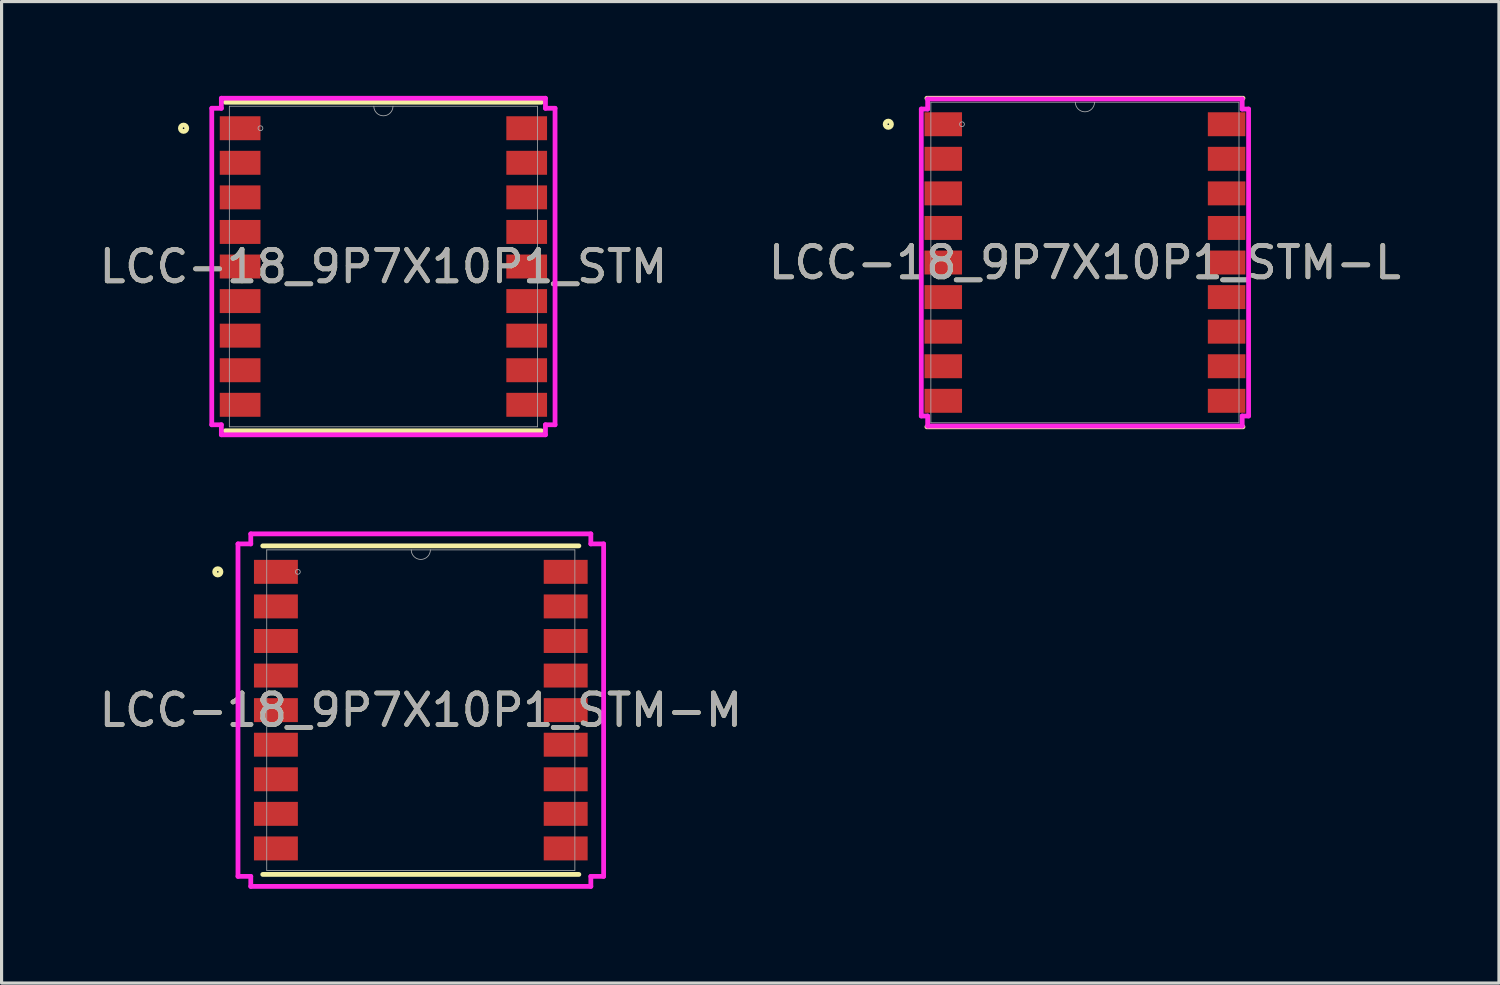
<source format=kicad_pcb>
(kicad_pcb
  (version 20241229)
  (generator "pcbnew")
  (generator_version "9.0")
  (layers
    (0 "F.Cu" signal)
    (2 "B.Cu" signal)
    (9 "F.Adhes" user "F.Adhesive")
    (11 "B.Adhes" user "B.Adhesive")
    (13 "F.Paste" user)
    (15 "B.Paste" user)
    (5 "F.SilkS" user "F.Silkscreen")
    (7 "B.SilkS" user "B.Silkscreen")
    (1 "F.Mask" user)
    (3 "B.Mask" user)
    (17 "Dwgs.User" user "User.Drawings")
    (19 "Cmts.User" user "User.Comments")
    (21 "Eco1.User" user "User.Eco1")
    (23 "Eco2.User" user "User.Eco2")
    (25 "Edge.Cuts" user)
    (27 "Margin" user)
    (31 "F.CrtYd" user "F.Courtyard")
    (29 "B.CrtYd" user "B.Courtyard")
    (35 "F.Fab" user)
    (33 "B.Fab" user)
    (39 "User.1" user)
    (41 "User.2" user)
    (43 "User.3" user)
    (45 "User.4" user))
  (footprint "LCC-18_9P7X10P1_STM-M"
    (layer "F.Cu")
    (at 10.339 19.545)
    (property "Reference" "LCC-18_9P7X10P1_STM-M" (at 0 0 0) (unlocked yes) (layer "F.SilkS") (effects (font (size 1 1) (thickness 0.15))))
    (attr smd)
    (fp_line (start -5.029 5.227) (end 5.029 5.227) (stroke (width 0.152) (type solid)) (layer "F.SilkS"))
    (fp_line (start 5.029 -5.227) (end -5.029 -5.227) (stroke (width 0.152) (type solid)) (layer "F.SilkS"))
    (fp_circle (center -6.459 -4.4) (end -6.358 -4.4) (stroke (width 0.152) (type solid)) (fill no) (layer "F.SilkS"))
    (fp_line (start -5.817 -5.289) (end -5.41 -5.289) (stroke (width 0.152) (type solid)) (layer "F.CrtYd"))
    (fp_line (start -5.817 5.289) (end -5.817 -5.289) (stroke (width 0.152) (type solid)) (layer "F.CrtYd"))
    (fp_line (start -5.817 5.289) (end -5.41 5.289) (stroke (width 0.152) (type solid)) (layer "F.CrtYd"))
    (fp_line (start -5.41 -5.608) (end 5.41 -5.608) (stroke (width 0.152) (type solid)) (layer "F.CrtYd"))
    (fp_line (start -5.41 -5.289) (end -5.41 -5.608) (stroke (width 0.152) (type solid)) (layer "F.CrtYd"))
    (fp_line (start -5.41 5.608) (end -5.41 5.289) (stroke (width 0.152) (type solid)) (layer "F.CrtYd"))
    (fp_line (start 5.41 -5.608) (end 5.41 -5.289) (stroke (width 0.152) (type solid)) (layer "F.CrtYd"))
    (fp_line (start 5.41 5.289) (end 5.41 5.608) (stroke (width 0.152) (type solid)) (layer "F.CrtYd"))
    (fp_line (start 5.41 5.608) (end -5.41 5.608) (stroke (width 0.152) (type solid)) (layer "F.CrtYd"))
    (fp_line (start 5.817 -5.289) (end 5.41 -5.289) (stroke (width 0.152) (type solid)) (layer "F.CrtYd"))
    (fp_line (start 5.817 -5.289) (end 5.817 5.289) (stroke (width 0.152) (type solid)) (layer "F.CrtYd"))
    (fp_line (start 5.817 5.289) (end 5.41 5.289) (stroke (width 0.152) (type solid)) (layer "F.CrtYd"))
    (fp_line (start -4.902 -5.1) (end -4.902 5.1) (stroke (width 0.025) (type solid)) (layer "F.Fab"))
    (fp_line (start -4.902 5.1) (end 4.902 5.1) (stroke (width 0.025) (type solid)) (layer "F.Fab"))
    (fp_line (start 4.902 -5.1) (end -4.902 -5.1) (stroke (width 0.025) (type solid)) (layer "F.Fab"))
    (fp_line (start 4.902 5.1) (end 4.902 -5.1) (stroke (width 0.025) (type solid)) (layer "F.Fab"))
    (fp_arc (start 0.3048 -5.1) (mid 0 -4.7952) (end -0.3048 -5.1) (stroke (width 0.0254) (type solid)) (layer "F.Fab"))
    (fp_circle (center -3.912 -4.4) (end -3.835 -4.4) (stroke (width 0.025) (type solid)) (fill no) (layer "F.Fab"))
    (fp_text user "${REFERENCE}" (at 0 0 0) (unlocked yes) (layer "F.Fab") (effects (font (size 1 1) (thickness 0.15))))
    (pad "1" smd rect (at -4.61 -4.4) (size 1.397 0.762) (layers "F.Cu" "F.Mask" "F.Paste"))
    (pad "2" smd rect (at -4.61 -3.3) (size 1.397 0.762) (layers "F.Cu" "F.Mask" "F.Paste"))
    (pad "3" smd rect (at -4.61 -2.2) (size 1.397 0.762) (layers "F.Cu" "F.Mask" "F.Paste"))
    (pad "4" smd rect (at -4.61 -1.1) (size 1.397 0.762) (layers "F.Cu" "F.Mask" "F.Paste"))
    (pad "5" smd rect (at -4.61 0) (size 1.397 0.762) (layers "F.Cu" "F.Mask" "F.Paste"))
    (pad "6" smd rect (at -4.61 1.1) (size 1.397 0.762) (layers "F.Cu" "F.Mask" "F.Paste"))
    (pad "7" smd rect (at -4.61 2.2) (size 1.397 0.762) (layers "F.Cu" "F.Mask" "F.Paste"))
    (pad "8" smd rect (at -4.61 3.3) (size 1.397 0.762) (layers "F.Cu" "F.Mask" "F.Paste"))
    (pad "9" smd rect (at -4.61 4.4) (size 1.397 0.762) (layers "F.Cu" "F.Mask" "F.Paste"))
    (pad "10" smd rect (at 4.61 4.4) (size 1.397 0.762) (layers "F.Cu" "F.Mask" "F.Paste"))
    (pad "11" smd rect (at 4.61 3.3) (size 1.397 0.762) (layers "F.Cu" "F.Mask" "F.Paste"))
    (pad "12" smd rect (at 4.61 2.2) (size 1.397 0.762) (layers "F.Cu" "F.Mask" "F.Paste"))
    (pad "13" smd rect (at 4.61 1.1) (size 1.397 0.762) (layers "F.Cu" "F.Mask" "F.Paste"))
    (pad "14" smd rect (at 4.61 0) (size 1.397 0.762) (layers "F.Cu" "F.Mask" "F.Paste"))
    (pad "15" smd rect (at 4.61 -1.1) (size 1.397 0.762) (layers "F.Cu" "F.Mask" "F.Paste"))
    (pad "16" smd rect (at 4.61 -2.2) (size 1.397 0.762) (layers "F.Cu" "F.Mask" "F.Paste"))
    (pad "17" smd rect (at 4.61 -3.3) (size 1.397 0.762) (layers "F.Cu" "F.Mask" "F.Paste"))
    (pad "18" smd rect (at 4.61 -4.4) (size 1.397 0.762) (layers "F.Cu" "F.Mask" "F.Paste")))
  (footprint "LCC-18_9P7X10P1_STM"
    (layer "F.Cu")
    (at 9.149 5.43)
    (property "Reference" "LCC-18_9P7X10P1_STM" (at 0 0 0) (unlocked yes) (layer "F.SilkS") (effects (font (size 1 1) (thickness 0.15))))
    (attr smd)
    (fp_line (start -5.029 5.227) (end 5.029 5.227) (stroke (width 0.152) (type solid)) (layer "F.SilkS"))
    (fp_line (start 5.029 -5.227) (end -5.029 -5.227) (stroke (width 0.152) (type solid)) (layer "F.SilkS"))
    (fp_circle (center -6.358 -4.4) (end -6.256 -4.4) (stroke (width 0.152) (type solid)) (fill no) (layer "F.SilkS"))
    (fp_line (start -5.461 -5.035) (end -5.156 -5.035) (stroke (width 0.152) (type solid)) (layer "F.CrtYd"))
    (fp_line (start -5.461 5.035) (end -5.461 -5.035) (stroke (width 0.152) (type solid)) (layer "F.CrtYd"))
    (fp_line (start -5.461 5.035) (end -5.156 5.035) (stroke (width 0.152) (type solid)) (layer "F.CrtYd"))
    (fp_line (start -5.156 -5.354) (end 5.156 -5.354) (stroke (width 0.152) (type solid)) (layer "F.CrtYd"))
    (fp_line (start -5.156 -5.035) (end -5.156 -5.354) (stroke (width 0.152) (type solid)) (layer "F.CrtYd"))
    (fp_line (start -5.156 5.354) (end -5.156 5.035) (stroke (width 0.152) (type solid)) (layer "F.CrtYd"))
    (fp_line (start 5.156 -5.354) (end 5.156 -5.035) (stroke (width 0.152) (type solid)) (layer "F.CrtYd"))
    (fp_line (start 5.156 5.035) (end 5.156 5.354) (stroke (width 0.152) (type solid)) (layer "F.CrtYd"))
    (fp_line (start 5.156 5.354) (end -5.156 5.354) (stroke (width 0.152) (type solid)) (layer "F.CrtYd"))
    (fp_line (start 5.461 -5.035) (end 5.156 -5.035) (stroke (width 0.152) (type solid)) (layer "F.CrtYd"))
    (fp_line (start 5.461 -5.035) (end 5.461 5.035) (stroke (width 0.152) (type solid)) (layer "F.CrtYd"))
    (fp_line (start 5.461 5.035) (end 5.156 5.035) (stroke (width 0.152) (type solid)) (layer "F.CrtYd"))
    (fp_line (start -4.902 -5.1) (end -4.902 5.1) (stroke (width 0.025) (type solid)) (layer "F.Fab"))
    (fp_line (start -4.902 5.1) (end 4.902 5.1) (stroke (width 0.025) (type solid)) (layer "F.Fab"))
    (fp_line (start 4.902 -5.1) (end -4.902 -5.1) (stroke (width 0.025) (type solid)) (layer "F.Fab"))
    (fp_line (start 4.902 5.1) (end 4.902 -5.1) (stroke (width 0.025) (type solid)) (layer "F.Fab"))
    (fp_arc (start 0.3048 -5.1) (mid 0 -4.7952) (end -0.3048 -5.1) (stroke (width 0.0254) (type solid)) (layer "F.Fab"))
    (fp_circle (center -3.912 -4.4) (end -3.835 -4.4) (stroke (width 0.025) (type solid)) (fill no) (layer "F.Fab"))
    (fp_text user "${REFERENCE}" (at 0 0 0) (unlocked yes) (layer "F.Fab") (effects (font (size 1 1) (thickness 0.15))))
    (pad "1" smd rect (at -4.559 -4.4) (size 1.295 0.762) (layers "F.Cu" "F.Mask" "F.Paste"))
    (pad "2" smd rect (at -4.559 -3.3) (size 1.295 0.762) (layers "F.Cu" "F.Mask" "F.Paste"))
    (pad "3" smd rect (at -4.559 -2.2) (size 1.295 0.762) (layers "F.Cu" "F.Mask" "F.Paste"))
    (pad "4" smd rect (at -4.559 -1.1) (size 1.295 0.762) (layers "F.Cu" "F.Mask" "F.Paste"))
    (pad "5" smd rect (at -4.559 0) (size 1.295 0.762) (layers "F.Cu" "F.Mask" "F.Paste"))
    (pad "6" smd rect (at -4.559 1.1) (size 1.295 0.762) (layers "F.Cu" "F.Mask" "F.Paste"))
    (pad "7" smd rect (at -4.559 2.2) (size 1.295 0.762) (layers "F.Cu" "F.Mask" "F.Paste"))
    (pad "8" smd rect (at -4.559 3.3) (size 1.295 0.762) (layers "F.Cu" "F.Mask" "F.Paste"))
    (pad "9" smd rect (at -4.559 4.4) (size 1.295 0.762) (layers "F.Cu" "F.Mask" "F.Paste"))
    (pad "10" smd rect (at 4.559 4.4) (size 1.295 0.762) (layers "F.Cu" "F.Mask" "F.Paste"))
    (pad "11" smd rect (at 4.559 3.3) (size 1.295 0.762) (layers "F.Cu" "F.Mask" "F.Paste"))
    (pad "12" smd rect (at 4.559 2.2) (size 1.295 0.762) (layers "F.Cu" "F.Mask" "F.Paste"))
    (pad "13" smd rect (at 4.559 1.1) (size 1.295 0.762) (layers "F.Cu" "F.Mask" "F.Paste"))
    (pad "14" smd rect (at 4.559 0) (size 1.295 0.762) (layers "F.Cu" "F.Mask" "F.Paste"))
    (pad "15" smd rect (at 4.559 -1.1) (size 1.295 0.762) (layers "F.Cu" "F.Mask" "F.Paste"))
    (pad "16" smd rect (at 4.559 -2.2) (size 1.295 0.762) (layers "F.Cu" "F.Mask" "F.Paste"))
    (pad "17" smd rect (at 4.559 -3.3) (size 1.295 0.762) (layers "F.Cu" "F.Mask" "F.Paste"))
    (pad "18" smd rect (at 4.559 -4.4) (size 1.295 0.762) (layers "F.Cu" "F.Mask" "F.Paste")))
  (footprint "LCC-18_9P7X10P1_STM-L"
    (layer "F.Cu")
    (at 31.47 5.303)
    (property "Reference" "LCC-18_9P7X10P1_STM-L" (at 0 0 0) (unlocked yes) (layer "F.SilkS") (effects (font (size 1 1) (thickness 0.15))))
    (attr smd)
    (fp_line (start -5.029 5.227) (end 5.029 5.227) (stroke (width 0.152) (type solid)) (layer "F.SilkS"))
    (fp_line (start 5.029 -5.227) (end -5.029 -5.227) (stroke (width 0.152) (type solid)) (layer "F.SilkS"))
    (fp_circle (center -6.256 -4.4) (end -6.155 -4.4) (stroke (width 0.152) (type solid)) (fill no) (layer "F.SilkS"))
    (fp_line (start -5.207 -4.883) (end -5.004 -4.883) (stroke (width 0.152) (type solid)) (layer "F.CrtYd"))
    (fp_line (start -5.207 4.883) (end -5.207 -4.883) (stroke (width 0.152) (type solid)) (layer "F.CrtYd"))
    (fp_line (start -5.207 4.883) (end -5.004 4.883) (stroke (width 0.152) (type solid)) (layer "F.CrtYd"))
    (fp_line (start -5.004 -5.202) (end 5.004 -5.202) (stroke (width 0.152) (type solid)) (layer "F.CrtYd"))
    (fp_line (start -5.004 -4.883) (end -5.004 -5.202) (stroke (width 0.152) (type solid)) (layer "F.CrtYd"))
    (fp_line (start -5.004 5.202) (end -5.004 4.883) (stroke (width 0.152) (type solid)) (layer "F.CrtYd"))
    (fp_line (start 5.004 -5.202) (end 5.004 -4.883) (stroke (width 0.152) (type solid)) (layer "F.CrtYd"))
    (fp_line (start 5.004 4.883) (end 5.004 5.202) (stroke (width 0.152) (type solid)) (layer "F.CrtYd"))
    (fp_line (start 5.004 5.202) (end -5.004 5.202) (stroke (width 0.152) (type solid)) (layer "F.CrtYd"))
    (fp_line (start 5.207 -4.883) (end 5.004 -4.883) (stroke (width 0.152) (type solid)) (layer "F.CrtYd"))
    (fp_line (start 5.207 -4.883) (end 5.207 4.883) (stroke (width 0.152) (type solid)) (layer "F.CrtYd"))
    (fp_line (start 5.207 4.883) (end 5.004 4.883) (stroke (width 0.152) (type solid)) (layer "F.CrtYd"))
    (fp_line (start -4.902 -5.1) (end -4.902 5.1) (stroke (width 0.025) (type solid)) (layer "F.Fab"))
    (fp_line (start -4.902 5.1) (end 4.902 5.1) (stroke (width 0.025) (type solid)) (layer "F.Fab"))
    (fp_line (start 4.902 -5.1) (end -4.902 -5.1) (stroke (width 0.025) (type solid)) (layer "F.Fab"))
    (fp_line (start 4.902 5.1) (end 4.902 -5.1) (stroke (width 0.025) (type solid)) (layer "F.Fab"))
    (fp_arc (start 0.3048 -5.1) (mid 0 -4.7952) (end -0.3048 -5.1) (stroke (width 0.0254) (type solid)) (layer "F.Fab"))
    (fp_circle (center -3.912 -4.4) (end -3.835 -4.4) (stroke (width 0.025) (type solid)) (fill no) (layer "F.Fab"))
    (fp_text user "${REFERENCE}" (at 0 0 0) (unlocked yes) (layer "F.Fab") (effects (font (size 1 1) (thickness 0.15))))
    (pad "1" smd rect (at -4.508 -4.4) (size 1.194 0.762) (layers "F.Cu" "F.Mask" "F.Paste"))
    (pad "2" smd rect (at -4.508 -3.3) (size 1.194 0.762) (layers "F.Cu" "F.Mask" "F.Paste"))
    (pad "3" smd rect (at -4.508 -2.2) (size 1.194 0.762) (layers "F.Cu" "F.Mask" "F.Paste"))
    (pad "4" smd rect (at -4.508 -1.1) (size 1.194 0.762) (layers "F.Cu" "F.Mask" "F.Paste"))
    (pad "5" smd rect (at -4.508 0) (size 1.194 0.762) (layers "F.Cu" "F.Mask" "F.Paste"))
    (pad "6" smd rect (at -4.508 1.1) (size 1.194 0.762) (layers "F.Cu" "F.Mask" "F.Paste"))
    (pad "7" smd rect (at -4.508 2.2) (size 1.194 0.762) (layers "F.Cu" "F.Mask" "F.Paste"))
    (pad "8" smd rect (at -4.508 3.3) (size 1.194 0.762) (layers "F.Cu" "F.Mask" "F.Paste"))
    (pad "9" smd rect (at -4.508 4.4) (size 1.194 0.762) (layers "F.Cu" "F.Mask" "F.Paste"))
    (pad "10" smd rect (at 4.508 4.4) (size 1.194 0.762) (layers "F.Cu" "F.Mask" "F.Paste"))
    (pad "11" smd rect (at 4.508 3.3) (size 1.194 0.762) (layers "F.Cu" "F.Mask" "F.Paste"))
    (pad "12" smd rect (at 4.508 2.2) (size 1.194 0.762) (layers "F.Cu" "F.Mask" "F.Paste"))
    (pad "13" smd rect (at 4.508 1.1) (size 1.194 0.762) (layers "F.Cu" "F.Mask" "F.Paste"))
    (pad "14" smd rect (at 4.508 0) (size 1.194 0.762) (layers "F.Cu" "F.Mask" "F.Paste"))
    (pad "15" smd rect (at 4.508 -1.1) (size 1.194 0.762) (layers "F.Cu" "F.Mask" "F.Paste"))
    (pad "16" smd rect (at 4.508 -2.2) (size 1.194 0.762) (layers "F.Cu" "F.Mask" "F.Paste"))
    (pad "17" smd rect (at 4.508 -3.3) (size 1.194 0.762) (layers "F.Cu" "F.Mask" "F.Paste"))
    (pad "18" smd rect (at 4.508 -4.4) (size 1.194 0.762) (layers "F.Cu" "F.Mask" "F.Paste")))
  (gr_rect
    (start -3 -3)
    (end 44.643 28.229)
    (stroke (width 0.1) (type default))
    (fill no)
    (layer "Edge.Cuts")))
</source>
